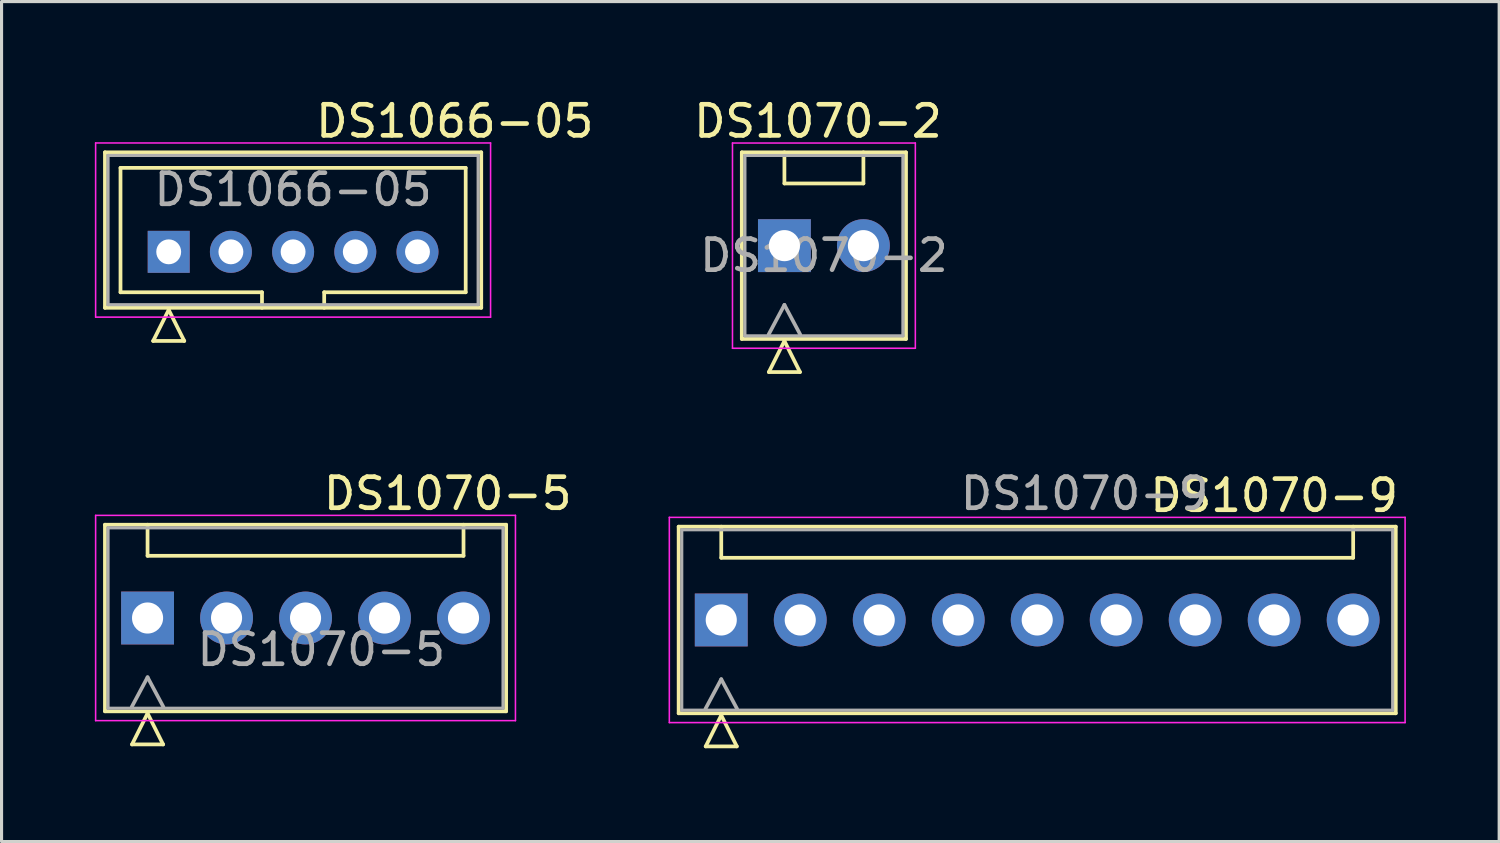
<source format=kicad_pcb>
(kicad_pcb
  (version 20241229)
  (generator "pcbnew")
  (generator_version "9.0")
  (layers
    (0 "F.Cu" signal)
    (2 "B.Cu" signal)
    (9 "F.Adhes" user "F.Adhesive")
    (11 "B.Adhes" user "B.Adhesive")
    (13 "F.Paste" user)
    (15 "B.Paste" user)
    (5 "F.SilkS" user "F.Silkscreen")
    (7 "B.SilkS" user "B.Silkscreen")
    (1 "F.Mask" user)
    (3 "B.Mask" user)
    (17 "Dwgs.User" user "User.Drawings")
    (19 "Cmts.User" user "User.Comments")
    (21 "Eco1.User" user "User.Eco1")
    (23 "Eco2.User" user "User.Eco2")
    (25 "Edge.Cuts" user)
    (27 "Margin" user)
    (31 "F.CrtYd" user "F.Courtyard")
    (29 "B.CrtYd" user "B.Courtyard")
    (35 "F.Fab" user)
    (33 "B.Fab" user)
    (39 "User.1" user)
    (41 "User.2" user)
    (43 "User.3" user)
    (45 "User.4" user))
  (footprint "DS1070-5"
    (layer "F.Cu")
    (at 1.695 16.823)
    (property "Reference" "DS1070-5" (at 9.652 -4 0) (layer "F.SilkS") (effects (font (size 1 1) (thickness 0.15))))
    (attr through_hole)
    (fp_line (start -1.37 -3) (end -1.37 3) (stroke (width 0.12) (type solid)) (layer "F.SilkS"))
    (fp_line (start -1.37 3) (end 11.53 3) (stroke (width 0.12) (type solid)) (layer "F.SilkS"))
    (fp_line (start -0.5 4.065) (end 0 3.065) (stroke (width 0.12) (type solid)) (layer "F.SilkS"))
    (fp_line (start 0 -3) (end 0 -2) (stroke (width 0.12) (type solid)) (layer "F.SilkS"))
    (fp_line (start 0 -2) (end 10.16 -2) (stroke (width 0.12) (type solid)) (layer "F.SilkS"))
    (fp_line (start 0 3.065) (end 0.5 4.065) (stroke (width 0.12) (type solid)) (layer "F.SilkS"))
    (fp_line (start 0.5 4.065) (end -0.5 4.065) (stroke (width 0.12) (type solid)) (layer "F.SilkS"))
    (fp_line (start 10.16 -3) (end 10.16 -2) (stroke (width 0.12) (type solid)) (layer "F.SilkS"))
    (fp_line (start 11.53 -3) (end -1.37 -3) (stroke (width 0.12) (type solid)) (layer "F.SilkS"))
    (fp_line (start 11.53 -3) (end 11.53 3) (stroke (width 0.12) (type solid)) (layer "F.SilkS"))
    (fp_line (start -1.67 -3.3) (end -1.67 3.3) (stroke (width 0.05) (type solid)) (layer "F.CrtYd"))
    (fp_line (start -1.67 3.3) (end 11.83 3.3) (stroke (width 0.05) (type solid)) (layer "F.CrtYd"))
    (fp_line (start 11.83 -3.3) (end -1.67 -3.3) (stroke (width 0.05) (type solid)) (layer "F.CrtYd"))
    (fp_line (start 11.83 -3.3) (end 11.83 3.3) (stroke (width 0.05) (type solid)) (layer "F.CrtYd"))
    (fp_line (start -1.27 -2.9) (end -1.27 2.9) (stroke (width 0.1) (type solid)) (layer "F.Fab"))
    (fp_line (start -1.27 2.9) (end 11.43 2.9) (stroke (width 0.1) (type solid)) (layer "F.Fab"))
    (fp_line (start -0.508 2.857) (end 0 1.905) (stroke (width 0.12) (type solid)) (layer "F.Fab"))
    (fp_line (start 0 1.905) (end 0.508 2.857) (stroke (width 0.12) (type solid)) (layer "F.Fab"))
    (fp_line (start 11.43 -2.9) (end -1.27 -2.9) (stroke (width 0.1) (type solid)) (layer "F.Fab"))
    (fp_line (start 11.43 -2.9) (end 11.43 2.9) (stroke (width 0.1) (type solid)) (layer "F.Fab"))
    (fp_text user "${REFERENCE}" (at 5.588 1.016 0) (layer "F.Fab") (effects (font (size 1 1) (thickness 0.15))))
    (pad "1" thru_hole rect (at 0 0) (size 1.7 1.7) (drill 1) (layers "*.Cu" "*.Mask"))
    (pad "2" thru_hole circle (at 2.54 0) (size 1.7 1.7) (drill 1) (layers "*.Cu" "*.Mask"))
    (pad "3" thru_hole circle (at 5.08 0) (size 1.7 1.7) (drill 1) (layers "*.Cu" "*.Mask"))
    (pad "4" thru_hole circle (at 7.62 0) (size 1.7 1.7) (drill 1) (layers "*.Cu" "*.Mask"))
    (pad "5" thru_hole circle (at 10.16 0) (size 1.7 1.7) (drill 1) (layers "*.Cu" "*.Mask")))
  (footprint "DS1070-9"
    (layer "F.Cu")
    (at 20.143 16.886)
    (property "Reference" "DS1070-9" (at 17.78 -4 0) (layer "F.SilkS") (effects (font (size 1 1) (thickness 0.15))))
    (attr through_hole)
    (fp_line (start -1.37 -3) (end -1.37 3) (stroke (width 0.12) (type solid)) (layer "F.SilkS"))
    (fp_line (start -1.37 3) (end 21.69 3) (stroke (width 0.12) (type solid)) (layer "F.SilkS"))
    (fp_line (start -0.5 4.065) (end 0 3.065) (stroke (width 0.12) (type solid)) (layer "F.SilkS"))
    (fp_line (start 0 -3) (end 0 -2) (stroke (width 0.12) (type solid)) (layer "F.SilkS"))
    (fp_line (start 0 -2) (end 20.32 -2) (stroke (width 0.12) (type solid)) (layer "F.SilkS"))
    (fp_line (start 0 3.065) (end 0.5 4.065) (stroke (width 0.12) (type solid)) (layer "F.SilkS"))
    (fp_line (start 0.5 4.065) (end -0.5 4.065) (stroke (width 0.12) (type solid)) (layer "F.SilkS"))
    (fp_line (start 20.32 -3) (end 20.32 -2) (stroke (width 0.12) (type solid)) (layer "F.SilkS"))
    (fp_line (start 21.69 -3) (end -1.37 -3) (stroke (width 0.12) (type solid)) (layer "F.SilkS"))
    (fp_line (start 21.69 -3) (end 21.69 3) (stroke (width 0.12) (type solid)) (layer "F.SilkS"))
    (fp_line (start -1.67 -3.3) (end -1.67 3.3) (stroke (width 0.05) (type solid)) (layer "F.CrtYd"))
    (fp_line (start -1.67 3.3) (end 21.99 3.3) (stroke (width 0.05) (type solid)) (layer "F.CrtYd"))
    (fp_line (start 21.99 -3.3) (end -1.67 -3.3) (stroke (width 0.05) (type solid)) (layer "F.CrtYd"))
    (fp_line (start 21.99 -3.3) (end 21.99 3.3) (stroke (width 0.05) (type solid)) (layer "F.CrtYd"))
    (fp_line (start -1.27 -2.9) (end -1.27 2.9) (stroke (width 0.1) (type solid)) (layer "F.Fab"))
    (fp_line (start -1.27 2.9) (end 21.59 2.9) (stroke (width 0.1) (type solid)) (layer "F.Fab"))
    (fp_line (start -0.508 2.857) (end 0 1.905) (stroke (width 0.12) (type solid)) (layer "F.Fab"))
    (fp_line (start 0 1.905) (end 0.508 2.857) (stroke (width 0.12) (type solid)) (layer "F.Fab"))
    (fp_line (start 21.59 -2.9) (end -1.27 -2.9) (stroke (width 0.1) (type solid)) (layer "F.Fab"))
    (fp_line (start 21.59 -2.9) (end 21.59 2.9) (stroke (width 0.1) (type solid)) (layer "F.Fab"))
    (fp_text user "${REFERENCE}" (at 11.684 -4.064 0) (layer "F.Fab") (effects (font (size 1 1) (thickness 0.15))))
    (pad "1" thru_hole rect (at 0 0) (size 1.7 1.7) (drill 1) (layers "*.Cu" "*.Mask"))
    (pad "2" thru_hole circle (at 2.54 0) (size 1.7 1.7) (drill 1) (layers "*.Cu" "*.Mask"))
    (pad "3" thru_hole circle (at 5.08 0) (size 1.7 1.7) (drill 1) (layers "*.Cu" "*.Mask"))
    (pad "4" thru_hole circle (at 7.62 0) (size 1.7 1.7) (drill 1) (layers "*.Cu" "*.Mask"))
    (pad "5" thru_hole circle (at 10.16 0) (size 1.7 1.7) (drill 1) (layers "*.Cu" "*.Mask"))
    (pad "6" thru_hole circle (at 12.7 0) (size 1.7 1.7) (drill 1) (layers "*.Cu" "*.Mask"))
    (pad "7" thru_hole circle (at 15.24 0) (size 1.7 1.7) (drill 1) (layers "*.Cu" "*.Mask"))
    (pad "8" thru_hole circle (at 17.78 0) (size 1.7 1.7) (drill 1) (layers "*.Cu" "*.Mask"))
    (pad "9" thru_hole circle (at 20.32 0) (size 1.7 1.7) (drill 1) (layers "*.Cu" "*.Mask")))
  (footprint "DS1070-2"
    (layer "F.Cu")
    (at 22.174 4.849)
    (property "Reference" "DS1070-2" (at 1.079 -4 0) (layer "F.SilkS") (effects (font (size 1 1) (thickness 0.15))))
    (attr through_hole)
    (fp_line (start -1.37 -3) (end -1.37 3) (stroke (width 0.12) (type solid)) (layer "F.SilkS"))
    (fp_line (start -1.37 3) (end 3.91 3) (stroke (width 0.12) (type solid)) (layer "F.SilkS"))
    (fp_line (start -0.5 4.065) (end 0 3.065) (stroke (width 0.12) (type solid)) (layer "F.SilkS"))
    (fp_line (start 0 -3) (end 0 -2) (stroke (width 0.12) (type solid)) (layer "F.SilkS"))
    (fp_line (start 0 -2) (end 2.54 -2) (stroke (width 0.12) (type solid)) (layer "F.SilkS"))
    (fp_line (start 0 3.065) (end 0.5 4.065) (stroke (width 0.12) (type solid)) (layer "F.SilkS"))
    (fp_line (start 0.5 4.065) (end -0.5 4.065) (stroke (width 0.12) (type solid)) (layer "F.SilkS"))
    (fp_line (start 2.54 -3) (end 2.54 -2) (stroke (width 0.12) (type solid)) (layer "F.SilkS"))
    (fp_line (start 3.91 -3) (end -1.37 -3) (stroke (width 0.12) (type solid)) (layer "F.SilkS"))
    (fp_line (start 3.91 -3) (end 3.91 3) (stroke (width 0.12) (type solid)) (layer "F.SilkS"))
    (fp_line (start -1.67 -3.3) (end -1.67 3.3) (stroke (width 0.05) (type solid)) (layer "F.CrtYd"))
    (fp_line (start -1.67 3.3) (end 4.21 3.3) (stroke (width 0.05) (type solid)) (layer "F.CrtYd"))
    (fp_line (start 4.21 -3.3) (end -1.67 -3.3) (stroke (width 0.05) (type solid)) (layer "F.CrtYd"))
    (fp_line (start 4.21 -3.3) (end 4.21 3.3) (stroke (width 0.05) (type solid)) (layer "F.CrtYd"))
    (fp_line (start -1.27 -2.9) (end -1.27 2.9) (stroke (width 0.1) (type solid)) (layer "F.Fab"))
    (fp_line (start -1.27 2.9) (end 3.81 2.9) (stroke (width 0.1) (type solid)) (layer "F.Fab"))
    (fp_line (start -0.508 2.857) (end 0 1.905) (stroke (width 0.12) (type solid)) (layer "F.Fab"))
    (fp_line (start 0 1.905) (end 0.508 2.857) (stroke (width 0.12) (type solid)) (layer "F.Fab"))
    (fp_line (start 3.81 -2.9) (end -1.27 -2.9) (stroke (width 0.1) (type solid)) (layer "F.Fab"))
    (fp_line (start 3.81 -2.9) (end 3.81 2.9) (stroke (width 0.1) (type solid)) (layer "F.Fab"))
    (fp_text user "${REFERENCE}" (at 1.27 0.318 0) (layer "F.Fab") (effects (font (size 1 1) (thickness 0.15))))
    (pad "1" thru_hole rect (at 0 0) (size 1.7 1.7) (drill 1) (layers "*.Cu" "*.Mask"))
    (pad "2" thru_hole circle (at 2.54 0) (size 1.7 1.7) (drill 1) (layers "*.Cu" "*.Mask")))
  (footprint "DS1066-05"
    (layer "F.Cu")
    (at 2.375 5.048)
    (property "Reference" "DS1066-05" (at 9.2 -4.2 0) (layer "F.SilkS") (effects (font (size 1 1) (thickness 0.15))))
    (attr through_hole)
    (fp_line (start -2.05 -3.2) (end -2.05 1.8) (stroke (width 0.12) (type solid)) (layer "F.SilkS"))
    (fp_line (start -2.05 1.8) (end 10.05 1.8) (stroke (width 0.12) (type solid)) (layer "F.SilkS"))
    (fp_line (start -1.55 -2.7) (end -1.55 1.3) (stroke (width 0.12) (type solid)) (layer "F.SilkS"))
    (fp_line (start -0.5 2.865) (end 0 1.865) (stroke (width 0.12) (type solid)) (layer "F.SilkS"))
    (fp_line (start 0 1.865) (end 0.5 2.865) (stroke (width 0.12) (type solid)) (layer "F.SilkS"))
    (fp_line (start 0.5 2.865) (end -0.5 2.865) (stroke (width 0.12) (type solid)) (layer "F.SilkS"))
    (fp_line (start 3 1.3) (end -1.55 1.3) (stroke (width 0.12) (type solid)) (layer "F.SilkS"))
    (fp_line (start 3 1.3) (end 3 1.8) (stroke (width 0.12) (type solid)) (layer "F.SilkS"))
    (fp_line (start 5 1.3) (end 5 1.8) (stroke (width 0.12) (type solid)) (layer "F.SilkS"))
    (fp_line (start 5 1.3) (end 9.55 1.3) (stroke (width 0.12) (type solid)) (layer "F.SilkS"))
    (fp_line (start 9.55 -2.7) (end -1.55 -2.7) (stroke (width 0.12) (type solid)) (layer "F.SilkS"))
    (fp_line (start 9.55 -2.7) (end 9.55 1.3) (stroke (width 0.12) (type solid)) (layer "F.SilkS"))
    (fp_line (start 10.05 -3.2) (end -2.05 -3.2) (stroke (width 0.12) (type solid)) (layer "F.SilkS"))
    (fp_line (start 10.05 -3.2) (end 10.05 1.8) (stroke (width 0.12) (type solid)) (layer "F.SilkS"))
    (fp_line (start -2.35 -3.5) (end -2.35 2.1) (stroke (width 0.05) (type solid)) (layer "F.CrtYd"))
    (fp_line (start -2.35 2.1) (end 10.35 2.1) (stroke (width 0.05) (type solid)) (layer "F.CrtYd"))
    (fp_line (start 10.35 -3.5) (end -2.35 -3.5) (stroke (width 0.05) (type solid)) (layer "F.CrtYd"))
    (fp_line (start 10.35 -3.5) (end 10.35 2.1) (stroke (width 0.05) (type solid)) (layer "F.CrtYd"))
    (fp_line (start -1.95 -3.1) (end -1.95 1.7) (stroke (width 0.1) (type solid)) (layer "F.Fab"))
    (fp_line (start -1.95 1.7) (end 9.95 1.7) (stroke (width 0.1) (type solid)) (layer "F.Fab"))
    (fp_line (start 9.95 -3.1) (end -1.95 -3.1) (stroke (width 0.1) (type solid)) (layer "F.Fab"))
    (fp_line (start 9.95 -3.1) (end 9.95 1.7) (stroke (width 0.1) (type solid)) (layer "F.Fab"))
    (fp_text user "${REFERENCE}" (at 4 -2 0) (layer "F.Fab") (effects (font (size 1 1) (thickness 0.15))))
    (pad "1" thru_hole rect (at 0 0) (size 1.35 1.35) (drill 0.8) (layers "*.Cu" "*.Mask"))
    (pad "2" thru_hole circle (at 2 0) (size 1.35 1.35) (drill 0.8) (layers "*.Cu" "*.Mask"))
    (pad "3" thru_hole circle (at 4 0) (size 1.35 1.35) (drill 0.8) (layers "*.Cu" "*.Mask"))
    (pad "4" thru_hole circle (at 6 0) (size 1.35 1.35) (drill 0.8) (layers "*.Cu" "*.Mask"))
    (pad "5" thru_hole circle (at 8 0) (size 1.35 1.35) (drill 0.8) (layers "*.Cu" "*.Mask")))
  (gr_rect
    (start -3 -3)
    (end 45.158 24.011)
    (stroke (width 0.1) (type default))
    (fill no)
    (layer "Edge.Cuts")))
</source>
